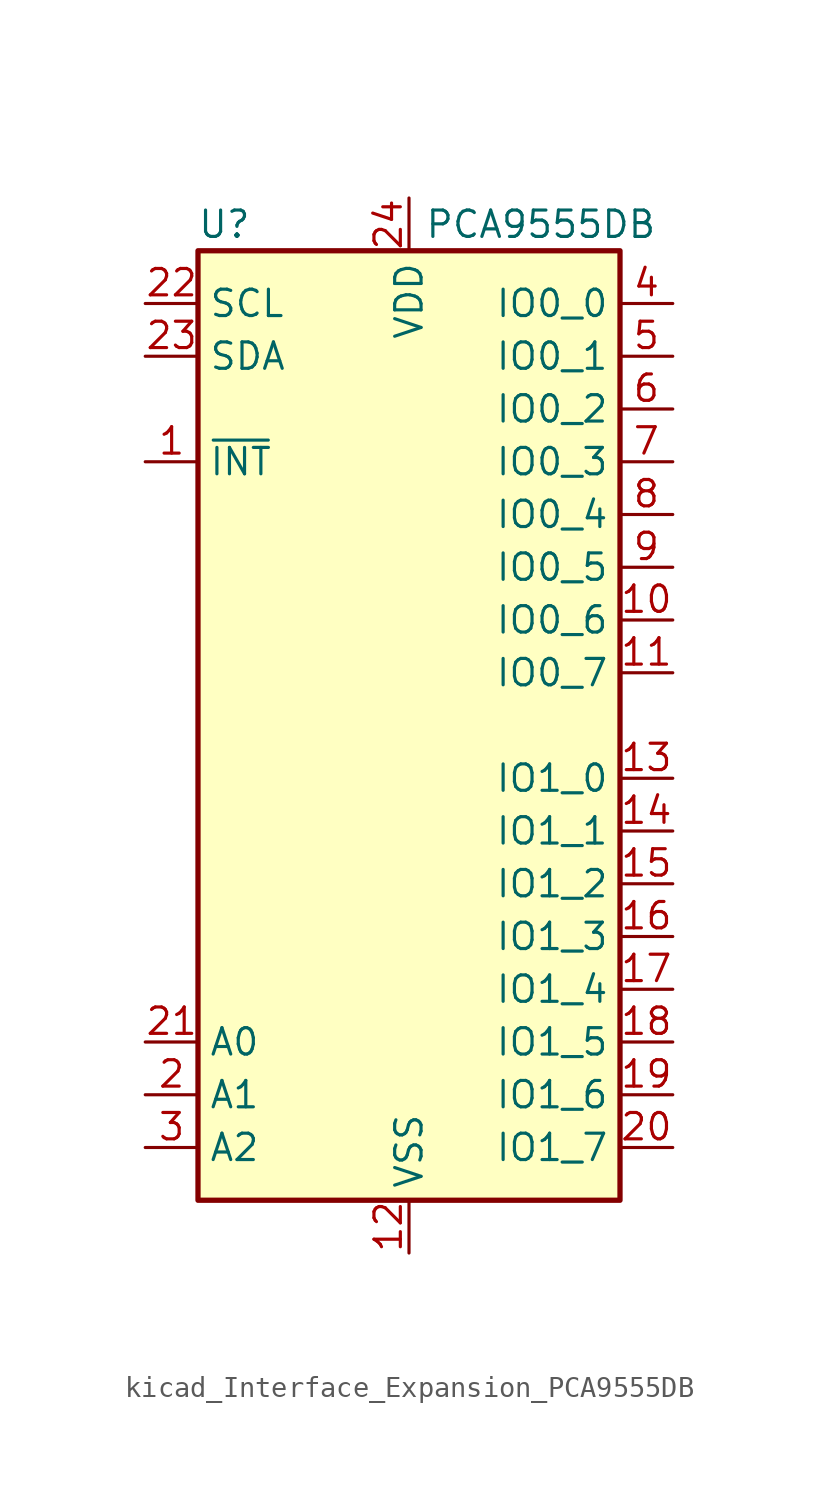
<source format=kicad_sym>
(kicad_symbol_lib
  (version 20220914)
  (generator kicad_symbol_editor)
  (symbol "kicad_Interface_Expansion_PCA9555DB"
    (property "Reference" "U"
      (at -8.89 24.13 0)
      (effects (font (size 1.27 1.27))))
    (property "Value" "PCA9555DB"
      (at 6.35 24.13 0)
      (effects (font (size 1.27 1.27))))
    (symbol "kicad_Interface_Expansion_PCA9555DB_0_1"
      (rectangle (start -10.16 22.86) (end 10.16 -22.86) (stroke (width 0.254) (type default)) (fill (type background))))
    (symbol "kicad_Interface_Expansion_PCA9555DB_1_1"
      (pin open_collector line (at -12.7 12.7 0) (length 2.54) (name "~{INT}" (effects (font (size 1.27 1.27)))) (number "1" (effects (font (size 1.27 1.27)))))
      (pin bidirectional line (at 12.7 5.08 180) (length 2.54) (name "IO0_6" (effects (font (size 1.27 1.27)))) (number "10" (effects (font (size 1.27 1.27)))))
      (pin bidirectional line (at 12.7 2.54 180) (length 2.54) (name "IO0_7" (effects (font (size 1.27 1.27)))) (number "11" (effects (font (size 1.27 1.27)))))
      (pin power_in line (at 0 -25.4 90) (length 2.54) (name "VSS" (effects (font (size 1.27 1.27)))) (number "12" (effects (font (size 1.27 1.27)))))
      (pin bidirectional line (at 12.7 -2.54 180) (length 2.54) (name "IO1_0" (effects (font (size 1.27 1.27)))) (number "13" (effects (font (size 1.27 1.27)))))
      (pin bidirectional line (at 12.7 -5.08 180) (length 2.54) (name "IO1_1" (effects (font (size 1.27 1.27)))) (number "14" (effects (font (size 1.27 1.27)))))
      (pin bidirectional line (at 12.7 -7.62 180) (length 2.54) (name "IO1_2" (effects (font (size 1.27 1.27)))) (number "15" (effects (font (size 1.27 1.27)))))
      (pin bidirectional line (at 12.7 -10.16 180) (length 2.54) (name "IO1_3" (effects (font (size 1.27 1.27)))) (number "16" (effects (font (size 1.27 1.27)))))
      (pin bidirectional line (at 12.7 -12.7 180) (length 2.54) (name "IO1_4" (effects (font (size 1.27 1.27)))) (number "17" (effects (font (size 1.27 1.27)))))
      (pin bidirectional line (at 12.7 -15.24 180) (length 2.54) (name "IO1_5" (effects (font (size 1.27 1.27)))) (number "18" (effects (font (size 1.27 1.27)))))
      (pin bidirectional line (at 12.7 -17.78 180) (length 2.54) (name "IO1_6" (effects (font (size 1.27 1.27)))) (number "19" (effects (font (size 1.27 1.27)))))
      (pin input line (at -12.7 -17.78 0) (length 2.54) (name "A1" (effects (font (size 1.27 1.27)))) (number "2" (effects (font (size 1.27 1.27)))))
      (pin bidirectional line (at 12.7 -20.32 180) (length 2.54) (name "IO1_7" (effects (font (size 1.27 1.27)))) (number "20" (effects (font (size 1.27 1.27)))))
      (pin input line (at -12.7 -15.24 0) (length 2.54) (name "A0" (effects (font (size 1.27 1.27)))) (number "21" (effects (font (size 1.27 1.27)))))
      (pin input line (at -12.7 20.32 0) (length 2.54) (name "SCL" (effects (font (size 1.27 1.27)))) (number "22" (effects (font (size 1.27 1.27)))))
      (pin bidirectional line (at -12.7 17.78 0) (length 2.54) (name "SDA" (effects (font (size 1.27 1.27)))) (number "23" (effects (font (size 1.27 1.27)))))
      (pin power_in line (at 0 25.4 270) (length 2.54) (name "VDD" (effects (font (size 1.27 1.27)))) (number "24" (effects (font (size 1.27 1.27)))))
      (pin input line (at -12.7 -20.32 0) (length 2.54) (name "A2" (effects (font (size 1.27 1.27)))) (number "3" (effects (font (size 1.27 1.27)))))
      (pin bidirectional line (at 12.7 20.32 180) (length 2.54) (name "IO0_0" (effects (font (size 1.27 1.27)))) (number "4" (effects (font (size 1.27 1.27)))))
      (pin bidirectional line (at 12.7 17.78 180) (length 2.54) (name "IO0_1" (effects (font (size 1.27 1.27)))) (number "5" (effects (font (size 1.27 1.27)))))
      (pin bidirectional line (at 12.7 15.24 180) (length 2.54) (name "IO0_2" (effects (font (size 1.27 1.27)))) (number "6" (effects (font (size 1.27 1.27)))))
      (pin bidirectional line (at 12.7 12.7 180) (length 2.54) (name "IO0_3" (effects (font (size 1.27 1.27)))) (number "7" (effects (font (size 1.27 1.27)))))
      (pin bidirectional line (at 12.7 10.16 180) (length 2.54) (name "IO0_4" (effects (font (size 1.27 1.27)))) (number "8" (effects (font (size 1.27 1.27)))))
      (pin bidirectional line (at 12.7 7.62 180) (length 2.54) (name "IO0_5" (effects (font (size 1.27 1.27)))) (number "9" (effects (font (size 1.27 1.27))))))))
</source>
